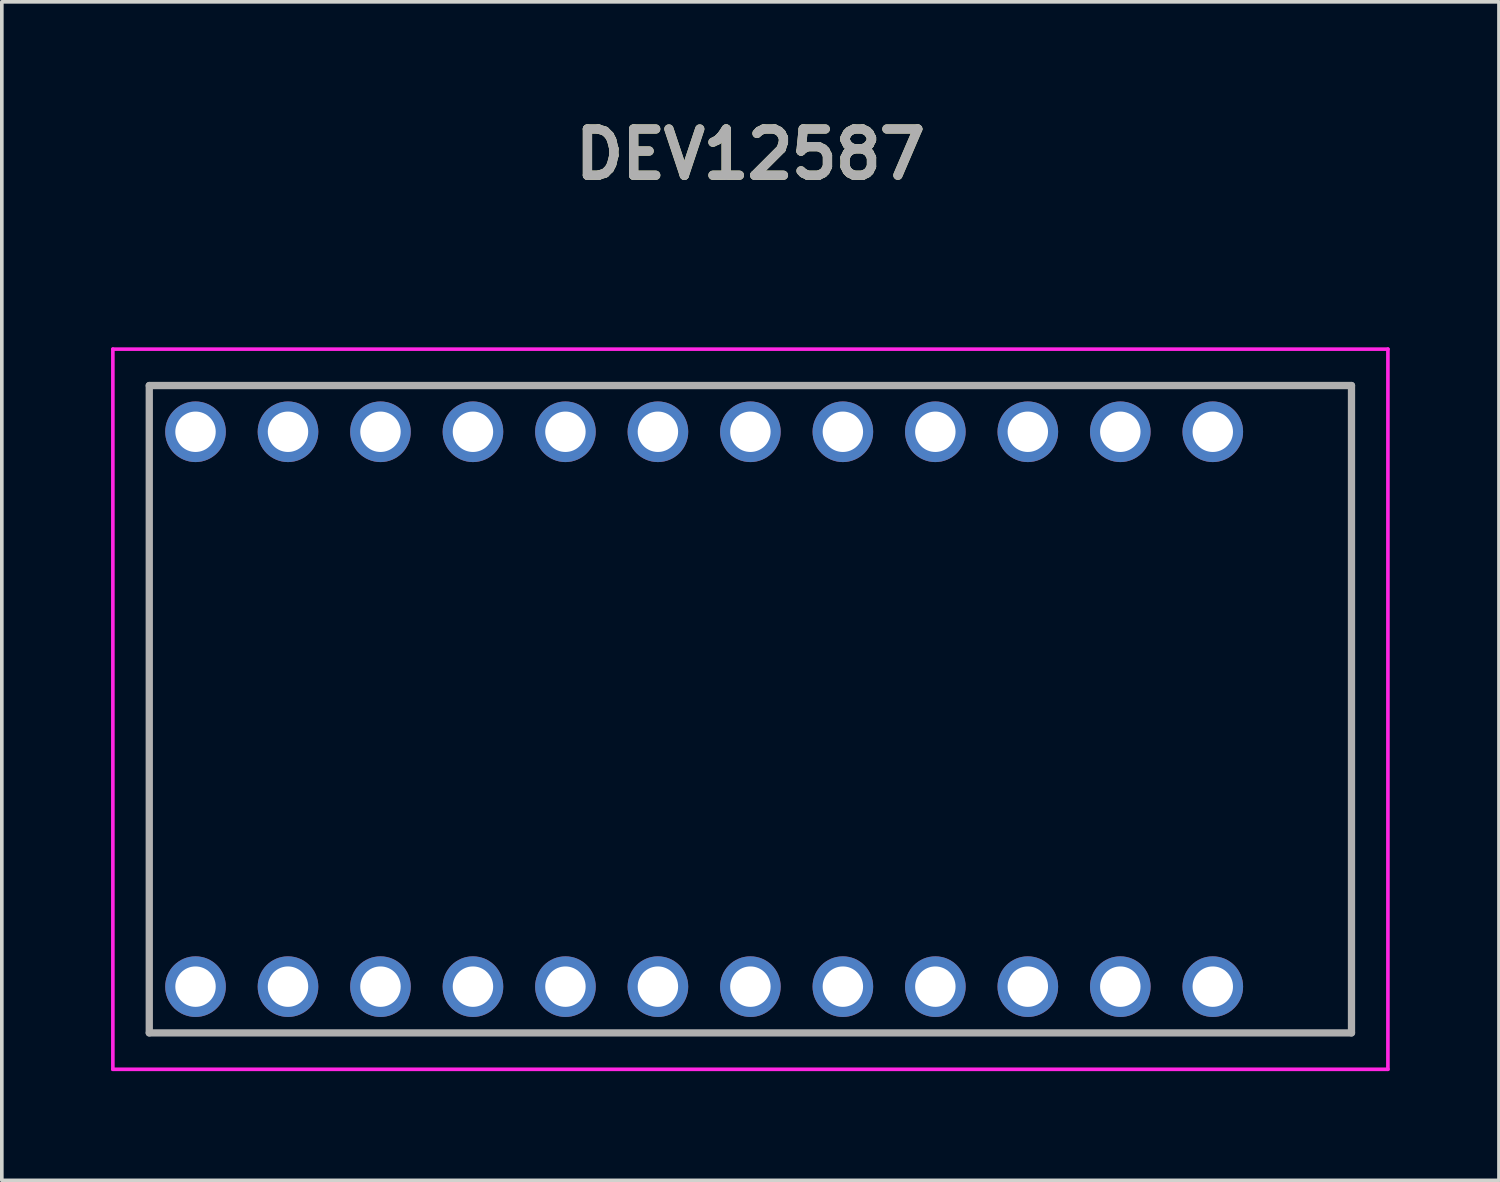
<source format=kicad_pcb>
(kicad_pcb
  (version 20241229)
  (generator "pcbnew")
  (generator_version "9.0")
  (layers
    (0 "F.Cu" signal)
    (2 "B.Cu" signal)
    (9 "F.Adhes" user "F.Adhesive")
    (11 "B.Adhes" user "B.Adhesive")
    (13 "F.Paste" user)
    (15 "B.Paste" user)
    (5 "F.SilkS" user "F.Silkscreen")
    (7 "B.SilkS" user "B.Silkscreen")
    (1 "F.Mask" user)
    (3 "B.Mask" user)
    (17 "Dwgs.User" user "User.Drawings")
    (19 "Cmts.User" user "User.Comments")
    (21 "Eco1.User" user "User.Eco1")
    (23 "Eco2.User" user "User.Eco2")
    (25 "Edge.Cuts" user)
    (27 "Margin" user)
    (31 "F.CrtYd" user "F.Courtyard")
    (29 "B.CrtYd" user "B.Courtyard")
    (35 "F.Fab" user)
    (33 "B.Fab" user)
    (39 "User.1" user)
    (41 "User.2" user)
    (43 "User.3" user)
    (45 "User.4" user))
  (footprint "DEV12587"
    (layer "F.Cu")
    (at 30.26 24.049)
    (property "Reference" "DEV12587" (at -12.7 -22.86 0) (layer "F.SilkS") (effects (font (size 1.27 1.27) (thickness 0.254))))
    (attr through_hole)
    (fp_line (start -29.21 -16.51) (end 3.81 -16.51) (stroke (width 0.1) (type solid)) (layer "F.SilkS"))
    (fp_line (start -29.21 1.27) (end -29.21 -16.51) (stroke (width 0.1) (type solid)) (layer "F.SilkS"))
    (fp_line (start 3.81 -16.51) (end 3.81 1.27) (stroke (width 0.1) (type solid)) (layer "F.SilkS"))
    (fp_line (start 3.81 1.27) (end -29.21 1.27) (stroke (width 0.1) (type solid)) (layer "F.SilkS"))
    (fp_line (start -30.21 -17.51) (end 4.81 -17.51) (stroke (width 0.1) (type solid)) (layer "F.CrtYd"))
    (fp_line (start -30.21 2.27) (end -30.21 -17.51) (stroke (width 0.1) (type solid)) (layer "F.CrtYd"))
    (fp_line (start 4.81 -17.51) (end 4.81 2.27) (stroke (width 0.1) (type solid)) (layer "F.CrtYd"))
    (fp_line (start 4.81 2.27) (end -30.21 2.27) (stroke (width 0.1) (type solid)) (layer "F.CrtYd"))
    (fp_line (start -29.21 -16.51) (end 3.81 -16.51) (stroke (width 0.2) (type solid)) (layer "F.Fab"))
    (fp_line (start -29.21 1.27) (end -29.21 -16.51) (stroke (width 0.2) (type solid)) (layer "F.Fab"))
    (fp_line (start 3.81 -16.51) (end 3.81 1.27) (stroke (width 0.2) (type solid)) (layer "F.Fab"))
    (fp_line (start 3.81 1.27) (end -29.21 1.27) (stroke (width 0.2) (type solid)) (layer "F.Fab"))
    (fp_text user "${REFERENCE}" (at -12.7 -22.86 0) (layer "F.Fab") (effects (font (size 1.27 1.27) (thickness 0.254))))
    (pad "1" thru_hole circle (at 0 0) (size 1.665 1.665) (drill 1.11) (layers "*.Cu" "*.Mask"))
    (pad "2" thru_hole circle (at -2.54 0) (size 1.665 1.665) (drill 1.11) (layers "*.Cu" "*.Mask"))
    (pad "3" thru_hole circle (at -5.08 0) (size 1.665 1.665) (drill 1.11) (layers "*.Cu" "*.Mask"))
    (pad "4" thru_hole circle (at -7.62 0) (size 1.665 1.665) (drill 1.11) (layers "*.Cu" "*.Mask"))
    (pad "5" thru_hole circle (at -10.16 0) (size 1.665 1.665) (drill 1.11) (layers "*.Cu" "*.Mask"))
    (pad "6" thru_hole circle (at -12.7 0) (size 1.665 1.665) (drill 1.11) (layers "*.Cu" "*.Mask"))
    (pad "7" thru_hole circle (at -15.24 0) (size 1.665 1.665) (drill 1.11) (layers "*.Cu" "*.Mask"))
    (pad "8" thru_hole circle (at -17.78 0) (size 1.665 1.665) (drill 1.11) (layers "*.Cu" "*.Mask"))
    (pad "9" thru_hole circle (at -20.32 0) (size 1.665 1.665) (drill 1.11) (layers "*.Cu" "*.Mask"))
    (pad "10" thru_hole circle (at -22.86 0) (size 1.665 1.665) (drill 1.11) (layers "*.Cu" "*.Mask"))
    (pad "11" thru_hole circle (at -25.4 0) (size 1.665 1.665) (drill 1.11) (layers "*.Cu" "*.Mask"))
    (pad "12" thru_hole circle (at -27.94 0) (size 1.665 1.665) (drill 1.11) (layers "*.Cu" "*.Mask"))
    (pad "13" thru_hole circle (at -27.94 -15.24) (size 1.665 1.665) (drill 1.11) (layers "*.Cu" "*.Mask"))
    (pad "14" thru_hole circle (at -25.4 -15.24) (size 1.665 1.665) (drill 1.11) (layers "*.Cu" "*.Mask"))
    (pad "15" thru_hole circle (at -22.86 -15.24) (size 1.665 1.665) (drill 1.11) (layers "*.Cu" "*.Mask"))
    (pad "16" thru_hole circle (at -20.32 -15.24) (size 1.665 1.665) (drill 1.11) (layers "*.Cu" "*.Mask"))
    (pad "17" thru_hole circle (at -17.78 -15.24) (size 1.665 1.665) (drill 1.11) (layers "*.Cu" "*.Mask"))
    (pad "18" thru_hole circle (at -15.24 -15.24) (size 1.665 1.665) (drill 1.11) (layers "*.Cu" "*.Mask"))
    (pad "19" thru_hole circle (at -12.7 -15.24) (size 1.665 1.665) (drill 1.11) (layers "*.Cu" "*.Mask"))
    (pad "20" thru_hole circle (at -10.16 -15.24) (size 1.665 1.665) (drill 1.11) (layers "*.Cu" "*.Mask"))
    (pad "21" thru_hole circle (at -7.62 -15.24) (size 1.665 1.665) (drill 1.11) (layers "*.Cu" "*.Mask"))
    (pad "22" thru_hole circle (at -5.08 -15.24) (size 1.665 1.665) (drill 1.11) (layers "*.Cu" "*.Mask"))
    (pad "23" thru_hole circle (at -2.54 -15.24) (size 1.665 1.665) (drill 1.11) (layers "*.Cu" "*.Mask"))
    (pad "24" thru_hole circle (at 0 -15.24) (size 1.665 1.665) (drill 1.11) (layers "*.Cu" "*.Mask")))
  (gr_rect
    (start -3 -3)
    (end 38.12 29.369)
    (stroke (width 0.1) (type default))
    (fill no)
    (layer "Edge.Cuts")))
</source>
